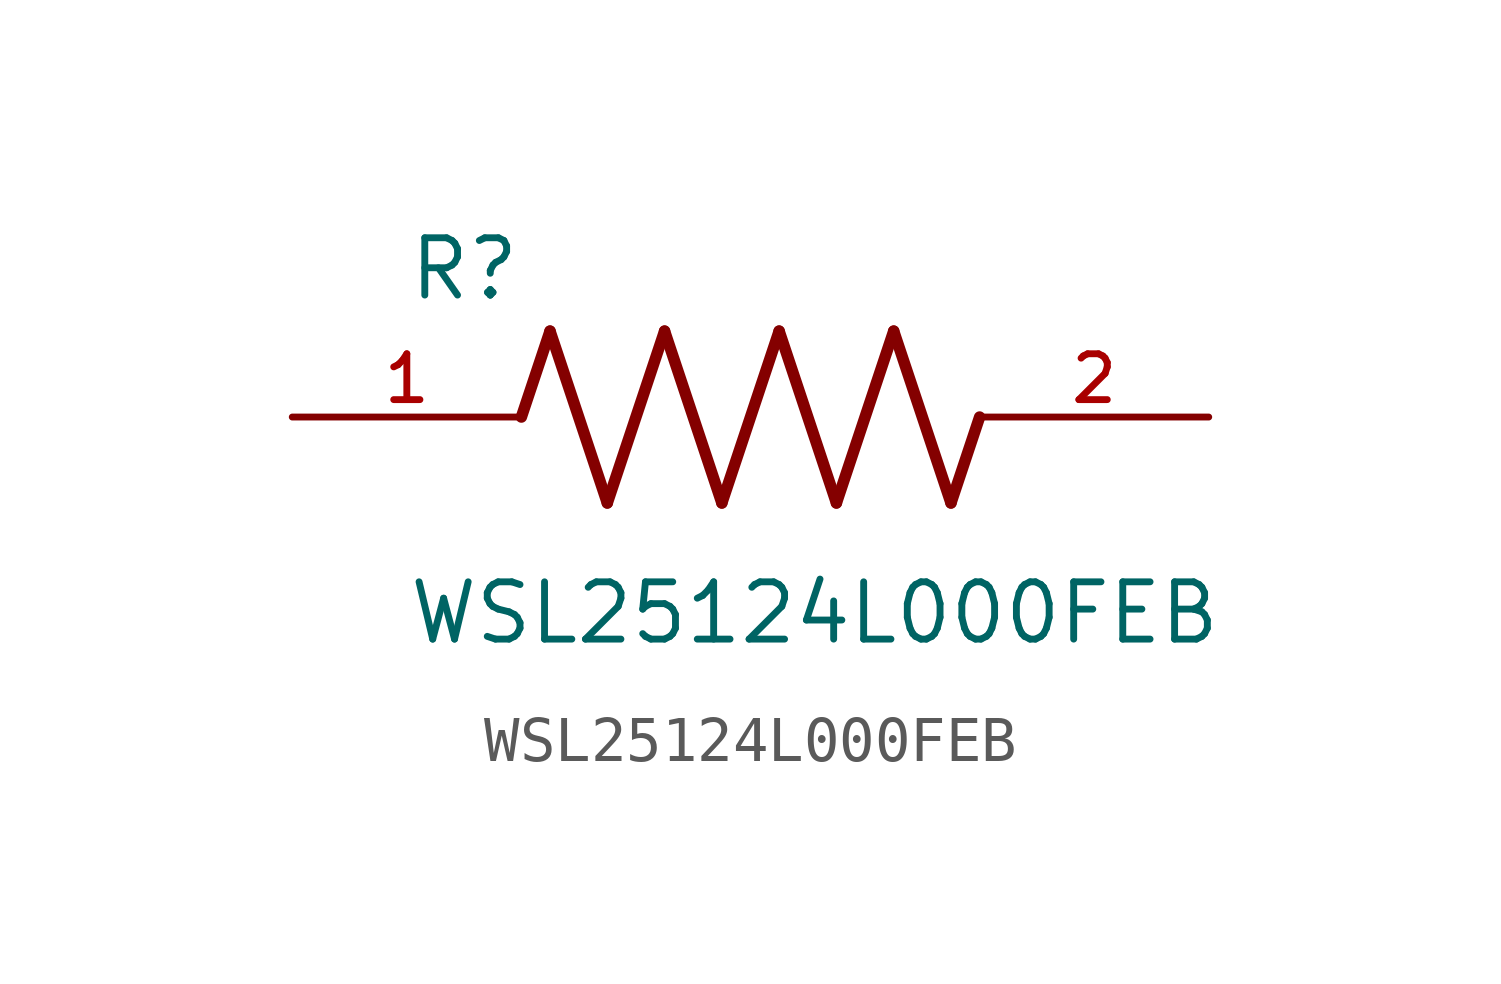
<source format=kicad_sym>
(kicad_symbol_lib
  (version 20211014)
  (generator kicad_symbol_editor)
  (symbol "WSL25124L000FEB"
    (pin_names
      (offset 1.016))
    (property "Reference" "R"
      (at -7.624 2.541 0)
      (effects (font (size 1.27 1.27)) (justify bottom left)))
    (property "Value" "WSL25124L000FEB"
      (at -7.63 -5.087 0)
      (effects (font (size 1.27 1.27)) (justify bottom left)))
    (symbol "WSL25124L000FEB_0_0"
      (polyline (pts (xy -5.08 0.0) (xy -4.445 1.905)) (stroke (width 0.254)))
      (polyline (pts (xy -4.445 1.905) (xy -3.175 -1.905)) (stroke (width 0.254)))
      (polyline (pts (xy -3.175 -1.905) (xy -1.905 1.905)) (stroke (width 0.254)))
      (polyline (pts (xy -1.905 1.905) (xy -0.635 -1.905)) (stroke (width 0.254)))
      (polyline (pts (xy -0.635 -1.905) (xy 0.635 1.905)) (stroke (width 0.254)))
      (polyline (pts (xy 0.635 1.905) (xy 1.905 -1.905)) (stroke (width 0.254)))
      (polyline (pts (xy 1.905 -1.905) (xy 3.175 1.905)) (stroke (width 0.254)))
      (polyline (pts (xy 3.175 1.905) (xy 4.445 -1.905)) (stroke (width 0.254)))
      (polyline (pts (xy 4.445 -1.905) (xy 5.08 0.0)) (stroke (width 0.254)))
      (pin passive line (at -10.16 0.0 0) (length 5.08) (name "~" (effects (font (size 1.016 1.016)))) (number "1" (effects (font (size 1.016 1.016)))))
      (pin passive line (at 10.16 0.0 180.0) (length 5.08) (name "~" (effects (font (size 1.016 1.016)))) (number "2" (effects (font (size 1.016 1.016))))))))
</source>
